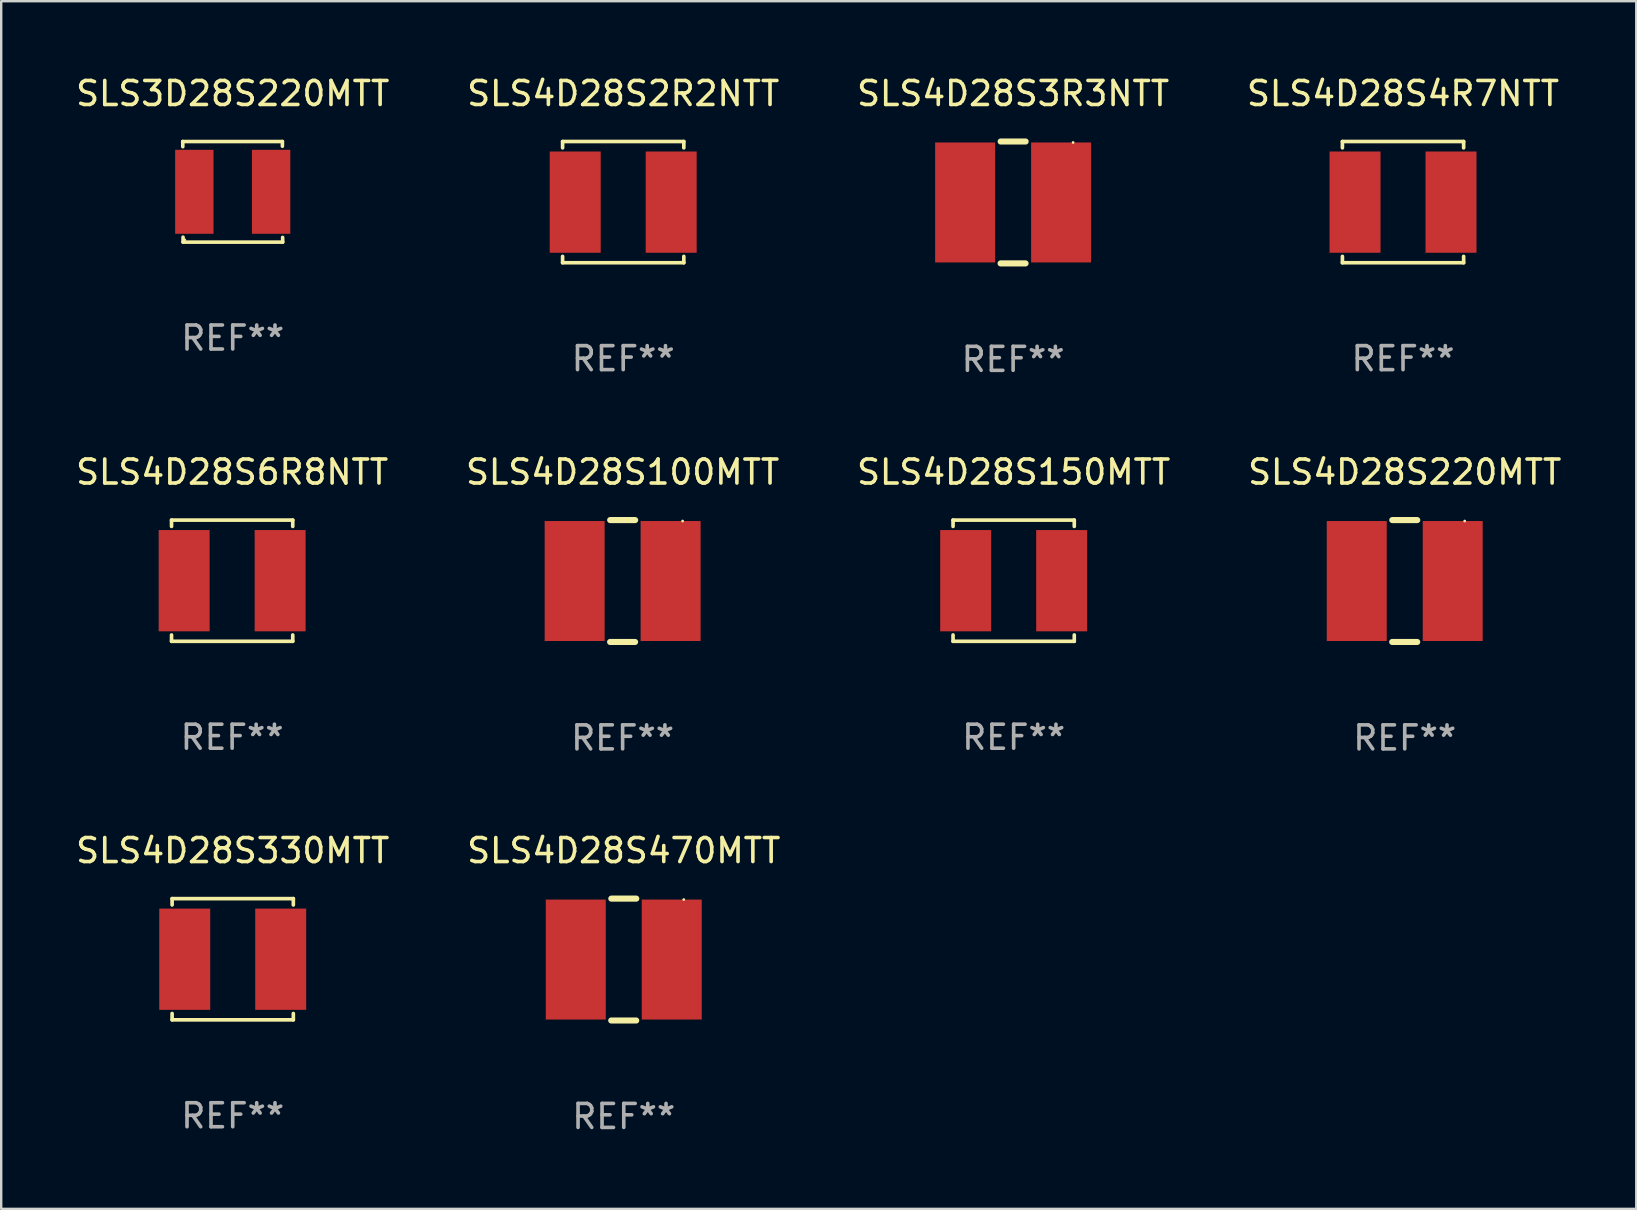
<source format=kicad_pcb>
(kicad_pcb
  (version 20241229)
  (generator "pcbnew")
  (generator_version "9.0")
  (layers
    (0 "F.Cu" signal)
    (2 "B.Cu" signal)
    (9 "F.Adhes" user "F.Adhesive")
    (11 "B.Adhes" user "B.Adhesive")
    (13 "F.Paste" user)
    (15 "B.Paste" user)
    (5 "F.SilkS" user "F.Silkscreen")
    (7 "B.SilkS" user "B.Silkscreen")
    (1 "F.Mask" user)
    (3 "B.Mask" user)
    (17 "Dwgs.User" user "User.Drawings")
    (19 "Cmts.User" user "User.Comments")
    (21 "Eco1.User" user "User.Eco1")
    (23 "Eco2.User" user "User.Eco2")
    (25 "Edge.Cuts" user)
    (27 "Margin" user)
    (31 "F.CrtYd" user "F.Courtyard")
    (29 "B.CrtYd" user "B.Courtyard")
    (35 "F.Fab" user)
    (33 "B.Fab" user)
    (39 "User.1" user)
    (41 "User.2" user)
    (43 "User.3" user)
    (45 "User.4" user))
  (footprint "SLS4D28S470MTT"
    (layer "F.Cu")
    (at 22.946 36.941)
    (property "Reference" "SLS4D28S470MTT" (at 0 -4.54 0) (layer "F.SilkS") (effects (font (size 1 1) (thickness 0.15))))
    (attr through_hole)
    (fp_line (start -0.522 2.54) (end 0.519 2.54) (stroke (width 0.254) (type solid)) (layer "F.SilkS"))
    (fp_line (start -0.519 -2.54) (end 0.522 -2.54) (stroke (width 0.254) (type solid)) (layer "F.SilkS"))
    (fp_circle (center 2.5 -2.5) (end 2.53 -2.5) (stroke (width 0.06) (type solid)) (fill no) (layer "F.SilkS"))
    (fp_text user "REF**" (at 0 6.54 0) (layer "F.Fab") (effects (font (size 1 1) (thickness 0.15))))
    (pad "1" smd rect (at 2 -0.000076) (size 2.5 5) (layers "F.Cu" "F.Mask" "F.Paste"))
    (pad "2" smd rect (at -2 -0.000076) (size 2.5 5) (layers "F.Cu" "F.Mask" "F.Paste")))
  (footprint "SLS4D28S2R2NTT"
    (layer "F.Cu")
    (at 22.923 5.374)
    (property "Reference" "SLS4D28S2R2NTT" (at 0 -4.526 0) (layer "F.SilkS") (effects (font (size 1 1) (thickness 0.15))))
    (attr through_hole)
    (fp_line (start -2.526 -2.526) (end 2.526 -2.526) (stroke (width 0.152) (type solid)) (layer "F.SilkS"))
    (fp_line (start -2.526 -2.262) (end -2.526 -2.526) (stroke (width 0.152) (type solid)) (layer "F.SilkS"))
    (fp_line (start -2.526 2.262) (end -2.526 2.526) (stroke (width 0.152) (type solid)) (layer "F.SilkS"))
    (fp_line (start -2.526 2.526) (end 2.526 2.526) (stroke (width 0.152) (type solid)) (layer "F.SilkS"))
    (fp_line (start 2.526 -2.526) (end 2.526 -2.262) (stroke (width 0.152) (type solid)) (layer "F.SilkS"))
    (fp_line (start 2.526 2.526) (end 2.526 2.262) (stroke (width 0.152) (type solid)) (layer "F.SilkS"))
    (fp_circle (center 2.5 -2.5) (end 2.53 -2.5) (stroke (width 0.06) (type solid)) (fill no) (layer "F.SilkS"))
    (fp_text user "REF**" (at 0 6.526 0) (layer "F.Fab") (effects (font (size 1 1) (thickness 0.15))))
    (pad "1" smd rect (at 2 0) (size 2.124 4.22) (layers "F.Cu" "F.Mask" "F.Paste"))
    (pad "2" smd rect (at -2 0) (size 2.124 4.22) (layers "F.Cu" "F.Mask" "F.Paste")))
  (footprint "SLS4D28S6R8NTT"
    (layer "F.Cu")
    (at 6.625 21.151)
    (property "Reference" "SLS4D28S6R8NTT" (at 0 -4.526 0) (layer "F.SilkS") (effects (font (size 1 1) (thickness 0.15))))
    (attr through_hole)
    (fp_line (start -2.526 -2.526) (end 2.526 -2.526) (stroke (width 0.152) (type solid)) (layer "F.SilkS"))
    (fp_line (start -2.526 -2.262) (end -2.526 -2.526) (stroke (width 0.152) (type solid)) (layer "F.SilkS"))
    (fp_line (start -2.526 2.262) (end -2.526 2.526) (stroke (width 0.152) (type solid)) (layer "F.SilkS"))
    (fp_line (start -2.526 2.526) (end 2.526 2.526) (stroke (width 0.152) (type solid)) (layer "F.SilkS"))
    (fp_line (start 2.526 -2.526) (end 2.526 -2.262) (stroke (width 0.152) (type solid)) (layer "F.SilkS"))
    (fp_line (start 2.526 2.526) (end 2.526 2.262) (stroke (width 0.152) (type solid)) (layer "F.SilkS"))
    (fp_circle (center 2.5 -2.5) (end 2.53 -2.5) (stroke (width 0.06) (type solid)) (fill no) (layer "F.SilkS"))
    (fp_text user "REF**" (at 0 6.526 0) (layer "F.Fab") (effects (font (size 1 1) (thickness 0.15))))
    (pad "1" smd rect (at 2 0) (size 2.124 4.22) (layers "F.Cu" "F.Mask" "F.Paste"))
    (pad "2" smd rect (at -2 0) (size 2.124 4.22) (layers "F.Cu" "F.Mask" "F.Paste")))
  (footprint "SLS4D28S220MTT"
    (layer "F.Cu")
    (at 55.494 21.165)
    (property "Reference" "SLS4D28S220MTT" (at 0 -4.54 0) (layer "F.SilkS") (effects (font (size 1 1) (thickness 0.15))))
    (attr through_hole)
    (fp_line (start -0.522 2.54) (end 0.519 2.54) (stroke (width 0.254) (type solid)) (layer "F.SilkS"))
    (fp_line (start -0.519 -2.54) (end 0.522 -2.54) (stroke (width 0.254) (type solid)) (layer "F.SilkS"))
    (fp_circle (center 2.5 -2.5) (end 2.53 -2.5) (stroke (width 0.06) (type solid)) (fill no) (layer "F.SilkS"))
    (fp_text user "REF**" (at 0 6.54 0) (layer "F.Fab") (effects (font (size 1 1) (thickness 0.15))))
    (pad "1" smd rect (at 2 -0.000076) (size 2.5 5) (layers "F.Cu" "F.Mask" "F.Paste"))
    (pad "2" smd rect (at -2 -0.000076) (size 2.5 5) (layers "F.Cu" "F.Mask" "F.Paste")))
  (footprint "SLS4D28S100MTT"
    (layer "F.Cu")
    (at 22.899 21.165)
    (property "Reference" "SLS4D28S100MTT" (at 0 -4.54 0) (layer "F.SilkS") (effects (font (size 1 1) (thickness 0.15))))
    (attr through_hole)
    (fp_line (start -0.522 2.54) (end 0.519 2.54) (stroke (width 0.254) (type solid)) (layer "F.SilkS"))
    (fp_line (start -0.519 -2.54) (end 0.522 -2.54) (stroke (width 0.254) (type solid)) (layer "F.SilkS"))
    (fp_circle (center 2.5 -2.5) (end 2.53 -2.5) (stroke (width 0.06) (type solid)) (fill no) (layer "F.SilkS"))
    (fp_text user "REF**" (at 0 6.54 0) (layer "F.Fab") (effects (font (size 1 1) (thickness 0.15))))
    (pad "1" smd rect (at 2 -0.000076) (size 2.5 5) (layers "F.Cu" "F.Mask" "F.Paste"))
    (pad "2" smd rect (at -2 -0.000076) (size 2.5 5) (layers "F.Cu" "F.Mask" "F.Paste")))
  (footprint "SLS3D28S220MTT"
    (layer "F.Cu")
    (at 6.649 4.944)
    (property "Reference" "SLS3D28S220MTT" (at 0 -4.096 0) (layer "F.SilkS") (effects (font (size 1 1) (thickness 0.15))))
    (attr through_hole)
    (fp_line (start -2.083 -2.096) (end -2.08 -1.88) (stroke (width 0.15) (type solid)) (layer "F.SilkS"))
    (fp_line (start -2.07 1.89) (end -2.07 2.096) (stroke (width 0.15) (type solid)) (layer "F.SilkS"))
    (fp_line (start -2.07 2.096) (end 2.083 2.096) (stroke (width 0.15) (type solid)) (layer "F.SilkS"))
    (fp_line (start 2.07 -1.9) (end 2.07 -2.096) (stroke (width 0.15) (type solid)) (layer "F.SilkS"))
    (fp_line (start 2.07 -2.096) (end -2.083 -2.096) (stroke (width 0.15) (type solid)) (layer "F.SilkS"))
    (fp_line (start 2.083 2.096) (end 2.08 1.9) (stroke (width 0.15) (type solid)) (layer "F.SilkS"))
    (fp_circle (center -2 2) (end -1.97 2) (stroke (width 0.06) (type solid)) (fill no) (layer "F.SilkS"))
    (fp_text user "REF**" (at 0 6.096 0) (layer "F.Fab") (effects (font (size 1 1) (thickness 0.15))))
    (pad "1" smd rect (at -1.6 -0.000343) (size 1.6 3.5) (layers "F.Cu" "F.Mask" "F.Paste"))
    (pad "2" smd rect (at 1.6 -0.000343) (size 1.6 3.5) (layers "F.Cu" "F.Mask" "F.Paste")))
  (footprint "SLS4D28S4R7NTT"
    (layer "F.Cu")
    (at 55.423 5.374)
    (property "Reference" "SLS4D28S4R7NTT" (at 0 -4.526 0) (layer "F.SilkS") (effects (font (size 1 1) (thickness 0.15))))
    (attr through_hole)
    (fp_line (start -2.526 -2.526) (end 2.526 -2.526) (stroke (width 0.152) (type solid)) (layer "F.SilkS"))
    (fp_line (start -2.526 -2.262) (end -2.526 -2.526) (stroke (width 0.152) (type solid)) (layer "F.SilkS"))
    (fp_line (start -2.526 2.262) (end -2.526 2.526) (stroke (width 0.152) (type solid)) (layer "F.SilkS"))
    (fp_line (start -2.526 2.526) (end 2.526 2.526) (stroke (width 0.152) (type solid)) (layer "F.SilkS"))
    (fp_line (start 2.526 -2.526) (end 2.526 -2.262) (stroke (width 0.152) (type solid)) (layer "F.SilkS"))
    (fp_line (start 2.526 2.526) (end 2.526 2.262) (stroke (width 0.152) (type solid)) (layer "F.SilkS"))
    (fp_circle (center 2.5 -2.5) (end 2.53 -2.5) (stroke (width 0.06) (type solid)) (fill no) (layer "F.SilkS"))
    (fp_text user "REF**" (at 0 6.526 0) (layer "F.Fab") (effects (font (size 1 1) (thickness 0.15))))
    (pad "1" smd rect (at 2 0) (size 2.124 4.22) (layers "F.Cu" "F.Mask" "F.Paste"))
    (pad "2" smd rect (at -2 0) (size 2.124 4.22) (layers "F.Cu" "F.Mask" "F.Paste")))
  (footprint "SLS4D28S330MTT"
    (layer "F.Cu")
    (at 6.649 36.927)
    (property "Reference" "SLS4D28S330MTT" (at 0 -4.526 0) (layer "F.SilkS") (effects (font (size 1 1) (thickness 0.15))))
    (attr through_hole)
    (fp_line (start -2.526 -2.526) (end 2.526 -2.526) (stroke (width 0.152) (type solid)) (layer "F.SilkS"))
    (fp_line (start -2.526 -2.262) (end -2.526 -2.526) (stroke (width 0.152) (type solid)) (layer "F.SilkS"))
    (fp_line (start -2.526 2.262) (end -2.526 2.526) (stroke (width 0.152) (type solid)) (layer "F.SilkS"))
    (fp_line (start -2.526 2.526) (end 2.526 2.526) (stroke (width 0.152) (type solid)) (layer "F.SilkS"))
    (fp_line (start 2.526 -2.526) (end 2.526 -2.262) (stroke (width 0.152) (type solid)) (layer "F.SilkS"))
    (fp_line (start 2.526 2.526) (end 2.526 2.262) (stroke (width 0.152) (type solid)) (layer "F.SilkS"))
    (fp_circle (center 2.5 -2.5) (end 2.53 -2.5) (stroke (width 0.06) (type solid)) (fill no) (layer "F.SilkS"))
    (fp_text user "REF**" (at 0 6.526 0) (layer "F.Fab") (effects (font (size 1 1) (thickness 0.15))))
    (pad "1" smd rect (at 2 0) (size 2.124 4.22) (layers "F.Cu" "F.Mask" "F.Paste"))
    (pad "2" smd rect (at -2 0) (size 2.124 4.22) (layers "F.Cu" "F.Mask" "F.Paste")))
  (footprint "SLS4D28S150MTT"
    (layer "F.Cu")
    (at 39.196 21.151)
    (property "Reference" "SLS4D28S150MTT" (at 0 -4.526 0) (layer "F.SilkS") (effects (font (size 1 1) (thickness 0.15))))
    (attr through_hole)
    (fp_line (start -2.526 -2.526) (end 2.526 -2.526) (stroke (width 0.152) (type solid)) (layer "F.SilkS"))
    (fp_line (start -2.526 -2.262) (end -2.526 -2.526) (stroke (width 0.152) (type solid)) (layer "F.SilkS"))
    (fp_line (start -2.526 2.262) (end -2.526 2.526) (stroke (width 0.152) (type solid)) (layer "F.SilkS"))
    (fp_line (start -2.526 2.526) (end 2.526 2.526) (stroke (width 0.152) (type solid)) (layer "F.SilkS"))
    (fp_line (start 2.526 -2.526) (end 2.526 -2.262) (stroke (width 0.152) (type solid)) (layer "F.SilkS"))
    (fp_line (start 2.526 2.526) (end 2.526 2.262) (stroke (width 0.152) (type solid)) (layer "F.SilkS"))
    (fp_circle (center 2.5 -2.5) (end 2.53 -2.5) (stroke (width 0.06) (type solid)) (fill no) (layer "F.SilkS"))
    (fp_text user "REF**" (at 0 6.526 0) (layer "F.Fab") (effects (font (size 1 1) (thickness 0.15))))
    (pad "1" smd rect (at 2 0) (size 2.124 4.22) (layers "F.Cu" "F.Mask" "F.Paste"))
    (pad "2" smd rect (at -2 0) (size 2.124 4.22) (layers "F.Cu" "F.Mask" "F.Paste")))
  (footprint "SLS4D28S3R3NTT"
    (layer "F.Cu")
    (at 39.173 5.388)
    (property "Reference" "SLS4D28S3R3NTT" (at 0 -4.54 0) (layer "F.SilkS") (effects (font (size 1 1) (thickness 0.15))))
    (attr through_hole)
    (fp_line (start -0.522 2.54) (end 0.519 2.54) (stroke (width 0.254) (type solid)) (layer "F.SilkS"))
    (fp_line (start -0.519 -2.54) (end 0.522 -2.54) (stroke (width 0.254) (type solid)) (layer "F.SilkS"))
    (fp_circle (center 2.5 -2.5) (end 2.53 -2.5) (stroke (width 0.06) (type solid)) (fill no) (layer "F.SilkS"))
    (fp_text user "REF**" (at 0 6.54 0) (layer "F.Fab") (effects (font (size 1 1) (thickness 0.15))))
    (pad "1" smd rect (at 2 -0.000076) (size 2.5 5) (layers "F.Cu" "F.Mask" "F.Paste"))
    (pad "2" smd rect (at -2 -0.000076) (size 2.5 5) (layers "F.Cu" "F.Mask" "F.Paste")))
  (gr_rect
    (start -3 -3)
    (end 65.143 47.33)
    (stroke (width 0.1) (type default))
    (fill no)
    (layer "Edge.Cuts")))
</source>
